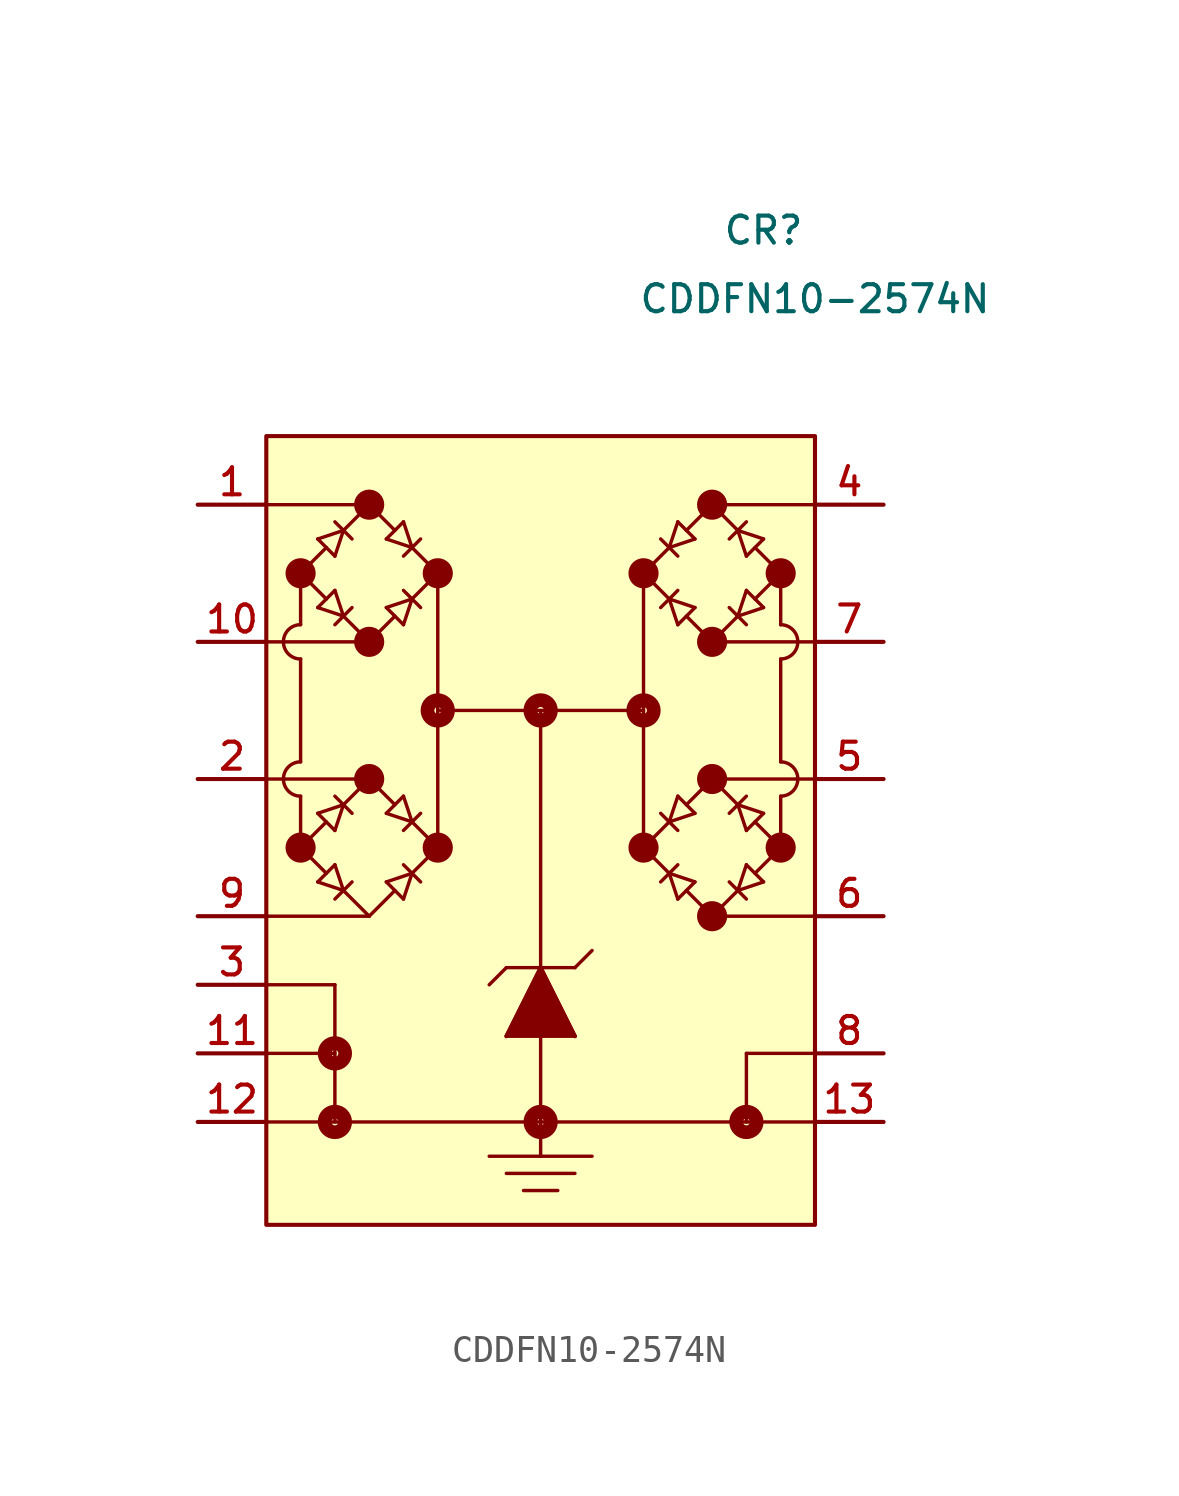
<source format=kicad_sym>
(kicad_symbol_lib
  (version 20231120)
  (generator "kicad_symbol_editor")
  (generator_version "8.0")
  (symbol "CDDFN10-2574N"
    (pin_names
      (offset 0.254))
    (property "Reference" "CR"
      (at 18.415 7.62 0)
      (effects (font (size 1 1))))
    (property "Value" "CDDFN10-2574N"
      (at 20.32 5.08 0)
      (effects (font (size 1 1))))
    (property "ki_locked" ""
      (at 0 0 0)
      (effects (font (size 1.27 1.27))))
    (symbol "CDDFN10-2574N_0_1"
      (polyline (pts (xy 0 -25.4) (xy 20.32 -25.4)) (stroke (width 0.127) (type default)) (fill (type none)))
      (polyline (pts (xy 0 -22.86) (xy 2.54 -22.86)) (stroke (width 0.127) (type default)) (fill (type none)))
      (polyline (pts (xy 0 -20.32) (xy 2.54 -20.32)) (stroke (width 0.127) (type default)) (fill (type none)))
      (polyline (pts (xy 0 -17.78) (xy 3.81 -17.78)) (stroke (width 0.127) (type default)) (fill (type none)))
      (polyline (pts (xy 0 -12.7) (xy 3.81 -12.7)) (stroke (width 0.127) (type default)) (fill (type none)))
      (polyline (pts (xy 0 -7.62) (xy 3.81 -7.62)) (stroke (width 0.127) (type default)) (fill (type none)))
      (polyline (pts (xy 0 -2.54) (xy 3.81 -2.54)) (stroke (width 0.127) (type default)) (fill (type none)))
      (polyline (pts (xy 1.27 -15.24) (xy 2.223 -16.192)) (stroke (width 0.127) (type default)) (fill (type none)))
      (polyline (pts (xy 1.27 -15.24) (xy 2.223 -14.287)) (stroke (width 0.127) (type default)) (fill (type none)))
      (polyline (pts (xy 1.27 -13.335) (xy 1.27 -15.24)) (stroke (width 0.127) (type default)) (fill (type none)))
      (polyline (pts (xy 1.27 -8.255) (xy 1.27 -12.065)) (stroke (width 0.127) (type default)) (fill (type none)))
      (polyline (pts (xy 1.27 -5.08) (xy 2.223 -6.032)) (stroke (width 0.127) (type default)) (fill (type none)))
      (polyline (pts (xy 1.27 -5.08) (xy 2.223 -4.128)) (stroke (width 0.127) (type default)) (fill (type none)))
      (polyline (pts (xy 1.27 -5.029) (xy 1.27 -6.985)) (stroke (width 0.127) (type default)) (fill (type none)))
      (polyline (pts (xy 1.905 -13.97) (xy 2.54 -14.605)) (stroke (width 0.127) (type default)) (fill (type none)))
      (polyline (pts (xy 1.905 -13.97) (xy 2.857 -13.652)) (stroke (width 0.127) (type default)) (fill (type none)))
      (polyline (pts (xy 1.905 -3.81) (xy 2.54 -4.445)) (stroke (width 0.127) (type default)) (fill (type none)))
      (polyline (pts (xy 1.905 -3.81) (xy 2.857 -3.493)) (stroke (width 0.127) (type default)) (fill (type none)))
      (polyline (pts (xy 2.54 -25.4) (xy 2.54 -20.32)) (stroke (width 0.127) (type default)) (fill (type none)))
      (polyline (pts (xy 2.54 -15.875) (xy 1.905 -16.51)) (stroke (width 0.127) (type default)) (fill (type none)))
      (polyline (pts (xy 2.54 -15.875) (xy 2.857 -16.828)) (stroke (width 0.127) (type default)) (fill (type none)))
      (polyline (pts (xy 2.54 -13.335) (xy 3.175 -13.97)) (stroke (width 0.127) (type default)) (fill (type none)))
      (polyline (pts (xy 2.54 -5.715) (xy 1.905 -6.35)) (stroke (width 0.127) (type default)) (fill (type none)))
      (polyline (pts (xy 2.54 -5.715) (xy 2.857 -6.668)) (stroke (width 0.127) (type default)) (fill (type none)))
      (polyline (pts (xy 2.54 -3.175) (xy 3.175 -3.81)) (stroke (width 0.127) (type default)) (fill (type none)))
      (polyline (pts (xy 2.857 -16.828) (xy 1.905 -16.51)) (stroke (width 0.127) (type default)) (fill (type none)))
      (polyline (pts (xy 2.857 -16.828) (xy 3.81 -17.78)) (stroke (width 0.127) (type default)) (fill (type none)))
      (polyline (pts (xy 2.857 -13.652) (xy 2.54 -14.605)) (stroke (width 0.127) (type default)) (fill (type none)))
      (polyline (pts (xy 2.857 -13.652) (xy 3.81 -12.7)) (stroke (width 0.127) (type default)) (fill (type none)))
      (polyline (pts (xy 2.857 -6.668) (xy 1.905 -6.35)) (stroke (width 0.127) (type default)) (fill (type none)))
      (polyline (pts (xy 2.857 -6.668) (xy 3.81 -7.62)) (stroke (width 0.127) (type default)) (fill (type none)))
      (polyline (pts (xy 2.857 -3.493) (xy 2.54 -4.445)) (stroke (width 0.127) (type default)) (fill (type none)))
      (polyline (pts (xy 2.857 -3.493) (xy 3.81 -2.54)) (stroke (width 0.127) (type default)) (fill (type none)))
      (polyline (pts (xy 3.175 -16.51) (xy 2.54 -17.145)) (stroke (width 0.127) (type default)) (fill (type none)))
      (polyline (pts (xy 3.175 -6.35) (xy 2.54 -6.985)) (stroke (width 0.127) (type default)) (fill (type none)))
      (polyline (pts (xy 3.81 -17.78) (xy 4.763 -16.828)) (stroke (width 0.127) (type default)) (fill (type none)))
      (polyline (pts (xy 3.81 -12.7) (xy 4.763 -13.652)) (stroke (width 0.127) (type default)) (fill (type none)))
      (polyline (pts (xy 3.81 -7.62) (xy 4.763 -6.668)) (stroke (width 0.127) (type default)) (fill (type none)))
      (polyline (pts (xy 3.81 -2.54) (xy 4.763 -3.493)) (stroke (width 0.127) (type default)) (fill (type none)))
      (polyline (pts (xy 4.445 -16.51) (xy 5.08 -17.145)) (stroke (width 0.127) (type default)) (fill (type none)))
      (polyline (pts (xy 4.445 -16.51) (xy 5.397 -16.192)) (stroke (width 0.127) (type default)) (fill (type none)))
      (polyline (pts (xy 4.445 -6.35) (xy 5.08 -6.985)) (stroke (width 0.127) (type default)) (fill (type none)))
      (polyline (pts (xy 4.445 -6.35) (xy 5.397 -6.032)) (stroke (width 0.127) (type default)) (fill (type none)))
      (polyline (pts (xy 5.08 -15.875) (xy 5.715 -16.51)) (stroke (width 0.127) (type default)) (fill (type none)))
      (polyline (pts (xy 5.08 -13.335) (xy 4.445 -13.97)) (stroke (width 0.127) (type default)) (fill (type none)))
      (polyline (pts (xy 5.08 -13.335) (xy 5.397 -14.287)) (stroke (width 0.127) (type default)) (fill (type none)))
      (polyline (pts (xy 5.08 -5.715) (xy 5.715 -6.35)) (stroke (width 0.127) (type default)) (fill (type none)))
      (polyline (pts (xy 5.08 -3.175) (xy 4.445 -3.81)) (stroke (width 0.127) (type default)) (fill (type none)))
      (polyline (pts (xy 5.08 -3.175) (xy 5.397 -4.128)) (stroke (width 0.127) (type default)) (fill (type none)))
      (polyline (pts (xy 5.397 -16.192) (xy 5.08 -17.145)) (stroke (width 0.127) (type default)) (fill (type none)))
      (polyline (pts (xy 5.397 -16.192) (xy 6.35 -15.24)) (stroke (width 0.127) (type default)) (fill (type none)))
      (polyline (pts (xy 5.397 -14.287) (xy 4.445 -13.97)) (stroke (width 0.127) (type default)) (fill (type none)))
      (polyline (pts (xy 5.397 -14.287) (xy 6.35 -15.24)) (stroke (width 0.127) (type default)) (fill (type none)))
      (polyline (pts (xy 5.397 -6.032) (xy 5.08 -6.985)) (stroke (width 0.127) (type default)) (fill (type none)))
      (polyline (pts (xy 5.397 -6.032) (xy 6.35 -5.08)) (stroke (width 0.127) (type default)) (fill (type none)))
      (polyline (pts (xy 5.397 -4.128) (xy 4.445 -3.81)) (stroke (width 0.127) (type default)) (fill (type none)))
      (polyline (pts (xy 5.397 -4.128) (xy 6.35 -5.08)) (stroke (width 0.127) (type default)) (fill (type none)))
      (polyline (pts (xy 5.715 -13.97) (xy 5.08 -14.605)) (stroke (width 0.127) (type default)) (fill (type none)))
      (polyline (pts (xy 5.715 -3.81) (xy 5.08 -4.445)) (stroke (width 0.127) (type default)) (fill (type none)))
      (polyline (pts (xy 6.35 -10.16) (xy 13.97 -10.16)) (stroke (width 0.127) (type default)) (fill (type none)))
      (polyline (pts (xy 6.35 -5.08) (xy 6.35 -15.24)) (stroke (width 0.127) (type default)) (fill (type none)))
      (polyline (pts (xy 8.255 -26.67) (xy 12.065 -26.67)) (stroke (width 0.127) (type default)) (fill (type none)))
      (polyline (pts (xy 8.89 -22.225) (xy 10.16 -19.685)) (stroke (width 0.127) (type default)) (fill (type none)))
      (polyline (pts (xy 8.89 -22.225) (xy 11.43 -22.225)) (stroke (width 0.127) (type default)) (fill (type none)))
      (polyline (pts (xy 8.89 -19.685) (xy 8.255 -20.32)) (stroke (width 0.127) (type default)) (fill (type none)))
      (polyline (pts (xy 8.89 -19.685) (xy 11.43 -19.685)) (stroke (width 0.127) (type default)) (fill (type none)))
      (polyline (pts (xy 9.525 -27.94) (xy 10.795 -27.94)) (stroke (width 0.127) (type default)) (fill (type none)))
      (polyline (pts (xy 10.16 -19.685) (xy 11.43 -22.225)) (stroke (width 0.127) (type default)) (fill (type none)))
      (polyline (pts (xy 10.16 -10.16) (xy 10.16 -26.67)) (stroke (width 0.127) (type default)) (fill (type none)))
      (polyline (pts (xy 11.43 -27.305) (xy 8.89 -27.305)) (stroke (width 0.127) (type default)) (fill (type none)))
      (polyline (pts (xy 12.065 -19.05) (xy 11.43 -19.685)) (stroke (width 0.127) (type default)) (fill (type none)))
      (polyline (pts (xy 13.97 -5.08) (xy 13.97 -15.24)) (stroke (width 0.127) (type default)) (fill (type none)))
      (polyline (pts (xy 14.605 -13.97) (xy 15.24 -14.605)) (stroke (width 0.127) (type default)) (fill (type none)))
      (polyline (pts (xy 14.605 -3.81) (xy 15.24 -4.445)) (stroke (width 0.127) (type default)) (fill (type none)))
      (polyline (pts (xy 14.922 -16.192) (xy 13.97 -15.24)) (stroke (width 0.127) (type default)) (fill (type none)))
      (polyline (pts (xy 14.922 -16.192) (xy 15.24 -17.145)) (stroke (width 0.127) (type default)) (fill (type none)))
      (polyline (pts (xy 14.922 -14.287) (xy 13.97 -15.24)) (stroke (width 0.127) (type default)) (fill (type none)))
      (polyline (pts (xy 14.922 -14.287) (xy 15.875 -13.97)) (stroke (width 0.127) (type default)) (fill (type none)))
      (polyline (pts (xy 14.922 -6.032) (xy 13.97 -5.08)) (stroke (width 0.127) (type default)) (fill (type none)))
      (polyline (pts (xy 14.922 -6.032) (xy 15.24 -6.985)) (stroke (width 0.127) (type default)) (fill (type none)))
      (polyline (pts (xy 14.922 -4.128) (xy 13.97 -5.08)) (stroke (width 0.127) (type default)) (fill (type none)))
      (polyline (pts (xy 14.922 -4.128) (xy 15.875 -3.81)) (stroke (width 0.127) (type default)) (fill (type none)))
      (polyline (pts (xy 15.24 -15.875) (xy 14.605 -16.51)) (stroke (width 0.127) (type default)) (fill (type none)))
      (polyline (pts (xy 15.24 -13.335) (xy 14.922 -14.287)) (stroke (width 0.127) (type default)) (fill (type none)))
      (polyline (pts (xy 15.24 -13.335) (xy 15.875 -13.97)) (stroke (width 0.127) (type default)) (fill (type none)))
      (polyline (pts (xy 15.24 -5.715) (xy 14.605 -6.35)) (stroke (width 0.127) (type default)) (fill (type none)))
      (polyline (pts (xy 15.24 -3.175) (xy 14.922 -4.128)) (stroke (width 0.127) (type default)) (fill (type none)))
      (polyline (pts (xy 15.24 -3.175) (xy 15.875 -3.81)) (stroke (width 0.127) (type default)) (fill (type none)))
      (polyline (pts (xy 15.875 -16.51) (xy 14.922 -16.192)) (stroke (width 0.127) (type default)) (fill (type none)))
      (polyline (pts (xy 15.875 -16.51) (xy 15.24 -17.145)) (stroke (width 0.127) (type default)) (fill (type none)))
      (polyline (pts (xy 15.875 -6.35) (xy 14.922 -6.032)) (stroke (width 0.127) (type default)) (fill (type none)))
      (polyline (pts (xy 15.875 -6.35) (xy 15.24 -6.985)) (stroke (width 0.127) (type default)) (fill (type none)))
      (polyline (pts (xy 16.51 -17.78) (xy 15.557 -16.828)) (stroke (width 0.127) (type default)) (fill (type none)))
      (polyline (pts (xy 16.51 -12.7) (xy 15.557 -13.652)) (stroke (width 0.127) (type default)) (fill (type none)))
      (polyline (pts (xy 16.51 -7.62) (xy 15.557 -6.668)) (stroke (width 0.127) (type default)) (fill (type none)))
      (polyline (pts (xy 16.51 -2.54) (xy 15.557 -3.493)) (stroke (width 0.127) (type default)) (fill (type none)))
      (polyline (pts (xy 17.145 -16.51) (xy 17.78 -17.145)) (stroke (width 0.127) (type default)) (fill (type none)))
      (polyline (pts (xy 17.145 -6.35) (xy 17.78 -6.985)) (stroke (width 0.127) (type default)) (fill (type none)))
      (polyline (pts (xy 17.462 -16.828) (xy 16.51 -17.78)) (stroke (width 0.127) (type default)) (fill (type none)))
      (polyline (pts (xy 17.462 -16.828) (xy 18.415 -16.51)) (stroke (width 0.127) (type default)) (fill (type none)))
      (polyline (pts (xy 17.462 -13.652) (xy 16.51 -12.7)) (stroke (width 0.127) (type default)) (fill (type none)))
      (polyline (pts (xy 17.462 -13.652) (xy 17.78 -14.605)) (stroke (width 0.127) (type default)) (fill (type none)))
      (polyline (pts (xy 17.462 -6.668) (xy 16.51 -7.62)) (stroke (width 0.127) (type default)) (fill (type none)))
      (polyline (pts (xy 17.462 -6.668) (xy 18.415 -6.35)) (stroke (width 0.127) (type default)) (fill (type none)))
      (polyline (pts (xy 17.462 -3.493) (xy 16.51 -2.54)) (stroke (width 0.127) (type default)) (fill (type none)))
      (polyline (pts (xy 17.462 -3.493) (xy 17.78 -4.445)) (stroke (width 0.127) (type default)) (fill (type none)))
      (polyline (pts (xy 17.78 -22.86) (xy 17.78 -25.4)) (stroke (width 0.127) (type default)) (fill (type none)))
      (polyline (pts (xy 17.78 -15.875) (xy 17.462 -16.828)) (stroke (width 0.127) (type default)) (fill (type none)))
      (polyline (pts (xy 17.78 -15.875) (xy 18.415 -16.51)) (stroke (width 0.127) (type default)) (fill (type none)))
      (polyline (pts (xy 17.78 -13.335) (xy 17.145 -13.97)) (stroke (width 0.127) (type default)) (fill (type none)))
      (polyline (pts (xy 17.78 -5.715) (xy 17.462 -6.668)) (stroke (width 0.127) (type default)) (fill (type none)))
      (polyline (pts (xy 17.78 -5.715) (xy 18.415 -6.35)) (stroke (width 0.127) (type default)) (fill (type none)))
      (polyline (pts (xy 17.78 -3.175) (xy 17.145 -3.81)) (stroke (width 0.127) (type default)) (fill (type none)))
      (polyline (pts (xy 18.415 -13.97) (xy 17.462 -13.652)) (stroke (width 0.127) (type default)) (fill (type none)))
      (polyline (pts (xy 18.415 -13.97) (xy 17.78 -14.605)) (stroke (width 0.127) (type default)) (fill (type none)))
      (polyline (pts (xy 18.415 -3.81) (xy 17.462 -3.493)) (stroke (width 0.127) (type default)) (fill (type none)))
      (polyline (pts (xy 18.415 -3.81) (xy 17.78 -4.445)) (stroke (width 0.127) (type default)) (fill (type none)))
      (polyline (pts (xy 19.05 -15.24) (xy 18.098 -16.192)) (stroke (width 0.127) (type default)) (fill (type none)))
      (polyline (pts (xy 19.05 -15.24) (xy 18.098 -14.287)) (stroke (width 0.127) (type default)) (fill (type none)))
      (polyline (pts (xy 19.05 -13.335) (xy 19.05 -15.24)) (stroke (width 0.127) (type default)) (fill (type none)))
      (polyline (pts (xy 19.05 -8.255) (xy 19.05 -12.065)) (stroke (width 0.127) (type default)) (fill (type none)))
      (polyline (pts (xy 19.05 -5.08) (xy 18.098 -6.032)) (stroke (width 0.127) (type default)) (fill (type none)))
      (polyline (pts (xy 19.05 -5.08) (xy 18.098 -4.128)) (stroke (width 0.127) (type default)) (fill (type none)))
      (polyline (pts (xy 19.05 -5.029) (xy 19.05 -6.985)) (stroke (width 0.127) (type default)) (fill (type none)))
      (polyline (pts (xy 20.32 -22.86) (xy 17.78 -22.86)) (stroke (width 0.127) (type default)) (fill (type none)))
      (polyline (pts (xy 20.32 -17.78) (xy 16.51 -17.78)) (stroke (width 0.127) (type default)) (fill (type none)))
      (polyline (pts (xy 20.32 -12.7) (xy 16.51 -12.7)) (stroke (width 0.127) (type default)) (fill (type none)))
      (polyline (pts (xy 20.32 -7.62) (xy 16.51 -7.62)) (stroke (width 0.127) (type default)) (fill (type none)))
      (polyline (pts (xy 20.32 -2.54) (xy 16.51 -2.54)) (stroke (width 0.127) (type default)) (fill (type none)))
      (polyline (pts (xy 8.89 -22.225) (xy 10.16 -19.685) (xy 11.43 -22.225)) (stroke (width 0) (type default)) (fill (type outline)))
      (circle (center 1.27 -15.24) (radius 0.051) (stroke (width 0.508) (type default)) (fill (type none)))
      (arc (start 1.27 -12.065) (mid 0.6377 -12.7) (end 1.27 -13.335) (stroke (width 0.127) (type default)) (fill (type none)))
      (arc (start 1.27 -6.985) (mid 0.6377 -7.62) (end 1.27 -8.255) (stroke (width 0.127) (type default)) (fill (type none)))
      (circle (center 1.27 -5.08) (radius 0.051) (stroke (width 0.508) (type default)) (fill (type none)))
      (circle (center 2.54 -25.4) (radius 0.127) (stroke (width 0.508) (type default)) (fill (type none)))
      (circle (center 2.54 -22.86) (radius 0.127) (stroke (width 0.508) (type default)) (fill (type none)))
      (circle (center 3.81 -12.7) (radius 0.051) (stroke (width 0.508) (type default)) (fill (type none)))
      (circle (center 3.81 -7.62) (radius 0.051) (stroke (width 0.508) (type default)) (fill (type none)))
      (circle (center 3.81 -2.54) (radius 0.051) (stroke (width 0.508) (type default)) (fill (type none)))
      (circle (center 6.35 -15.24) (radius 0.051) (stroke (width 0.508) (type default)) (fill (type none)))
      (circle (center 6.35 -10.16) (radius 0.127) (stroke (width 0.508) (type default)) (fill (type none)))
      (circle (center 6.35 -5.08) (radius 0.051) (stroke (width 0.508) (type default)) (fill (type none)))
      (circle (center 10.16 -25.4) (radius 0.127) (stroke (width 0.508) (type default)) (fill (type none)))
      (circle (center 10.16 -10.16) (radius 0.127) (stroke (width 0.508) (type default)) (fill (type none)))
      (circle (center 13.97 -15.24) (radius 0.051) (stroke (width 0.508) (type default)) (fill (type none)))
      (circle (center 13.97 -10.16) (radius 0.127) (stroke (width 0.508) (type default)) (fill (type none)))
      (circle (center 13.97 -5.08) (radius 0.051) (stroke (width 0.508) (type default)) (fill (type none)))
      (circle (center 16.51 -17.78) (radius 0.051) (stroke (width 0.508) (type default)) (fill (type none)))
      (circle (center 16.51 -12.7) (radius 0.051) (stroke (width 0.508) (type default)) (fill (type none)))
      (circle (center 16.51 -7.62) (radius 0.051) (stroke (width 0.508) (type default)) (fill (type none)))
      (circle (center 16.51 -2.54) (radius 0.051) (stroke (width 0.508) (type default)) (fill (type none)))
      (circle (center 17.78 -25.4) (radius 0.127) (stroke (width 0.508) (type default)) (fill (type none)))
      (circle (center 19.05 -15.24) (radius 0.051) (stroke (width 0.508) (type default)) (fill (type none)))
      (arc (start 19.05 -13.335) (mid 19.6822 -12.7) (end 19.05 -12.065) (stroke (width 0.127) (type default)) (fill (type none)))
      (arc (start 19.05 -8.255) (mid 19.6822 -7.62) (end 19.05 -6.985) (stroke (width 0.127) (type default)) (fill (type none)))
      (circle (center 19.05 -5.08) (radius 0.051) (stroke (width 0.508) (type default)) (fill (type none))))
    (symbol "CDDFN10-2574N_1_1"
      (rectangle (start 0 0) (end 20.32 -29.21) (stroke (width 0) (type default)) (fill (type background)))
      (pin unspecified line (at -2.54 -2.54 0) (length 2.54) (name "~" (effects (font (size 1 1)))) (number "1" (effects (font (size 1 1)))))
      (pin unspecified line (at -2.54 -7.62 0) (length 2.54) (name "~" (effects (font (size 1 1)))) (number "10" (effects (font (size 1 1)))))
      (pin unspecified line (at -2.54 -22.86 0) (length 2.54) (name "~" (effects (font (size 1 1)))) (number "11" (effects (font (size 1 1)))))
      (pin unspecified line (at -2.54 -25.4 0) (length 2.54) (name "~" (effects (font (size 1 1)))) (number "12" (effects (font (size 1 1)))))
      (pin unspecified line (at 22.86 -25.4 180) (length 2.54) (name "" (effects (font (size 1 1)))) (number "13" (effects (font (size 1 1)))))
      (pin unspecified line (at -2.54 -12.7 0) (length 2.54) (name "~" (effects (font (size 1 1)))) (number "2" (effects (font (size 1 1)))))
      (pin unspecified line (at -2.54 -20.32 0) (length 2.54) (name "~" (effects (font (size 1 1)))) (number "3" (effects (font (size 1 1)))))
      (pin unspecified line (at 22.86 -2.54 180) (length 2.54) (name "~" (effects (font (size 1 1)))) (number "4" (effects (font (size 1 1)))))
      (pin unspecified line (at 22.86 -12.7 180) (length 2.54) (name "~" (effects (font (size 1 1)))) (number "5" (effects (font (size 1 1)))))
      (pin unspecified line (at 22.86 -17.78 180) (length 2.54) (name "" (effects (font (size 1 1)))) (number "6" (effects (font (size 1 1)))))
      (pin unspecified line (at 22.86 -7.62 180) (length 2.54) (name "" (effects (font (size 1 1)))) (number "7" (effects (font (size 1 1)))))
      (pin unspecified line (at 22.86 -22.86 180) (length 2.54) (name "~" (effects (font (size 1 1)))) (number "8" (effects (font (size 1 1)))))
      (pin unspecified line (at -2.54 -17.78 0) (length 2.54) (name "~" (effects (font (size 1 1)))) (number "9" (effects (font (size 1 1))))))))
</source>
